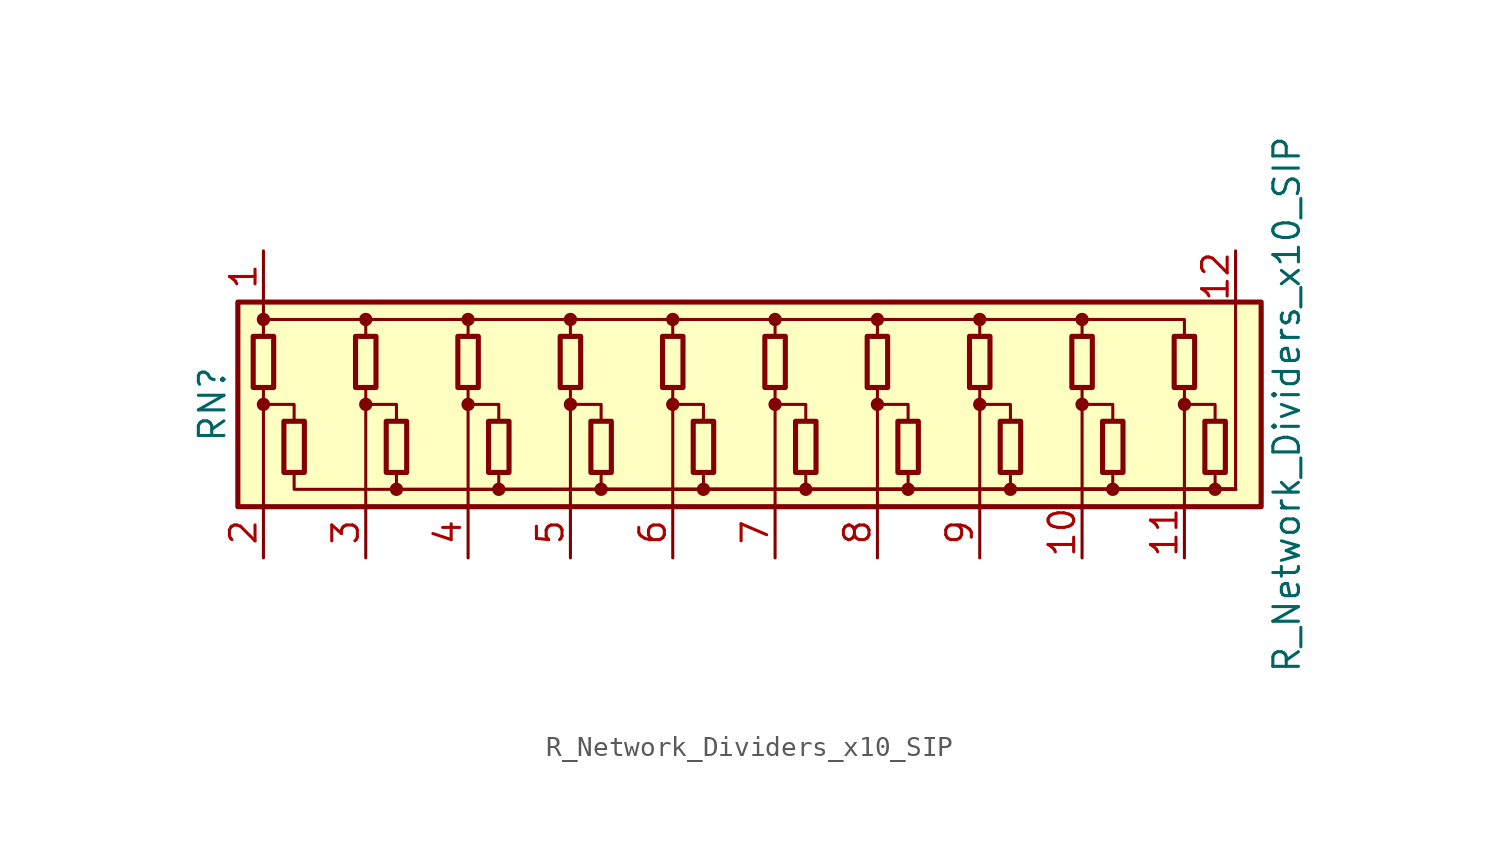
<source format=kicad_sym>
(kicad_symbol_lib
  (version 20241209)
  (generator "kicad_symbol_editor")
  (generator_version "9.0")
  (symbol "R_Network_Dividers_x10_SIP"
    (pin_names
      (offset 0)
      (hide yes))
    (property "Reference" "RN"
      (at -27.94 0 90)
      (effects (font (size 1.27 1.27))))
    (property "Value" "R_Network_Dividers_x10_SIP"
      (at 25.4 0 90)
      (effects (font (size 1.27 1.27))))
    (symbol "R_Network_Dividers_x10_SIP_0_1"
      (rectangle (start -26.67 -5.08) (end 24.13 5.08) (stroke (width 0.254) (type default)) (fill (type background)))
      (rectangle (start -25.908 3.378) (end -24.892 0.838) (stroke (width 0.254) (type default)) (fill (type none)))
      (polyline (pts (xy -25.4 5.08) (xy -25.4 3.378)) (stroke (width 0) (type default)) (fill (type none)))
      (circle (center -25.4 4.216) (radius 0.254) (stroke (width 0) (type default)) (fill (type outline)))
      (polyline (pts (xy -25.4 4.216) (xy -20.32 4.216) (xy -20.32 3.378)) (stroke (width 0) (type default)) (fill (type none)))
      (circle (center -25.4 0) (radius 0.254) (stroke (width 0) (type default)) (fill (type outline)))
      (polyline (pts (xy -25.4 0) (xy -23.876 0) (xy -23.876 -0.838)) (stroke (width 0) (type default)) (fill (type none)))
      (polyline (pts (xy -25.4 -5.08) (xy -25.4 0.838)) (stroke (width 0) (type default)) (fill (type none)))
      (rectangle (start -24.384 -3.378) (end -23.368 -0.838) (stroke (width 0.254) (type default)) (fill (type none)))
      (polyline (pts (xy -23.876 -3.378) (xy -23.876 -4.216) (xy 22.86 -4.216)) (stroke (width 0) (type default)) (fill (type none)))
      (rectangle (start -20.828 3.378) (end -19.812 0.838) (stroke (width 0.254) (type default)) (fill (type none)))
      (circle (center -20.32 4.216) (radius 0.254) (stroke (width 0) (type default)) (fill (type outline)))
      (polyline (pts (xy -20.32 4.216) (xy -15.24 4.216) (xy -15.24 3.378)) (stroke (width 0) (type default)) (fill (type none)))
      (circle (center -20.32 0) (radius 0.254) (stroke (width 0) (type default)) (fill (type outline)))
      (polyline (pts (xy -20.32 0) (xy -18.796 0) (xy -18.796 -0.838)) (stroke (width 0) (type default)) (fill (type none)))
      (polyline (pts (xy -20.32 -5.08) (xy -20.32 0.838)) (stroke (width 0) (type default)) (fill (type none)))
      (rectangle (start -19.304 -3.378) (end -18.288 -0.838) (stroke (width 0.254) (type default)) (fill (type none)))
      (polyline (pts (xy -18.796 -3.378) (xy -18.796 -4.216) (xy 22.86 -4.216)) (stroke (width 0) (type default)) (fill (type none)))
      (circle (center -18.796 -4.216) (radius 0.254) (stroke (width 0) (type default)) (fill (type outline)))
      (rectangle (start -15.748 3.378) (end -14.732 0.838) (stroke (width 0.254) (type default)) (fill (type none)))
      (circle (center -15.24 4.216) (radius 0.254) (stroke (width 0) (type default)) (fill (type outline)))
      (polyline (pts (xy -15.24 4.216) (xy -10.16 4.216) (xy -10.16 3.378)) (stroke (width 0) (type default)) (fill (type none)))
      (circle (center -15.24 0) (radius 0.254) (stroke (width 0) (type default)) (fill (type outline)))
      (polyline (pts (xy -15.24 0) (xy -13.716 0) (xy -13.716 -0.838)) (stroke (width 0) (type default)) (fill (type none)))
      (polyline (pts (xy -15.24 -5.08) (xy -15.24 0.838)) (stroke (width 0) (type default)) (fill (type none)))
      (rectangle (start -14.224 -3.378) (end -13.208 -0.838) (stroke (width 0.254) (type default)) (fill (type none)))
      (polyline (pts (xy -13.716 -3.378) (xy -13.716 -4.216) (xy 22.86 -4.216)) (stroke (width 0) (type default)) (fill (type none)))
      (circle (center -13.716 -4.216) (radius 0.254) (stroke (width 0) (type default)) (fill (type outline)))
      (rectangle (start -10.668 3.378) (end -9.652 0.838) (stroke (width 0.254) (type default)) (fill (type none)))
      (circle (center -10.16 4.216) (radius 0.254) (stroke (width 0) (type default)) (fill (type outline)))
      (polyline (pts (xy -10.16 4.216) (xy -5.08 4.216) (xy -5.08 3.378)) (stroke (width 0) (type default)) (fill (type none)))
      (circle (center -10.16 0) (radius 0.254) (stroke (width 0) (type default)) (fill (type outline)))
      (polyline (pts (xy -10.16 0) (xy -8.636 0) (xy -8.636 -0.838)) (stroke (width 0) (type default)) (fill (type none)))
      (polyline (pts (xy -10.16 -5.08) (xy -10.16 0.838)) (stroke (width 0) (type default)) (fill (type none)))
      (rectangle (start -9.144 -3.378) (end -8.128 -0.838) (stroke (width 0.254) (type default)) (fill (type none)))
      (polyline (pts (xy -8.636 -3.378) (xy -8.636 -4.216) (xy 22.86 -4.216)) (stroke (width 0) (type default)) (fill (type none)))
      (circle (center -8.636 -4.216) (radius 0.254) (stroke (width 0) (type default)) (fill (type outline)))
      (rectangle (start -5.588 3.378) (end -4.572 0.838) (stroke (width 0.254) (type default)) (fill (type none)))
      (circle (center -5.08 4.216) (radius 0.254) (stroke (width 0) (type default)) (fill (type outline)))
      (polyline (pts (xy -5.08 4.216) (xy 0 4.216) (xy 0 3.378)) (stroke (width 0) (type default)) (fill (type none)))
      (circle (center -5.08 0) (radius 0.254) (stroke (width 0) (type default)) (fill (type outline)))
      (polyline (pts (xy -5.08 0) (xy -3.556 0) (xy -3.556 -0.838)) (stroke (width 0) (type default)) (fill (type none)))
      (polyline (pts (xy -5.08 -5.08) (xy -5.08 0.838)) (stroke (width 0) (type default)) (fill (type none)))
      (rectangle (start -4.064 -3.378) (end -3.048 -0.838) (stroke (width 0.254) (type default)) (fill (type none)))
      (polyline (pts (xy -3.556 -3.378) (xy -3.556 -4.216) (xy 22.86 -4.216)) (stroke (width 0) (type default)) (fill (type none)))
      (circle (center -3.556 -4.216) (radius 0.254) (stroke (width 0) (type default)) (fill (type outline)))
      (rectangle (start -0.508 3.378) (end 0.508 0.838) (stroke (width 0.254) (type default)) (fill (type none)))
      (circle (center 0 4.216) (radius 0.254) (stroke (width 0) (type default)) (fill (type outline)))
      (polyline (pts (xy 0 4.216) (xy 5.08 4.216) (xy 5.08 3.378)) (stroke (width 0) (type default)) (fill (type none)))
      (polyline (pts (xy 0 0) (xy 1.524 0) (xy 1.524 -0.838)) (stroke (width 0) (type default)) (fill (type none)))
      (circle (center 0 0) (radius 0.254) (stroke (width 0) (type default)) (fill (type outline)))
      (polyline (pts (xy 0 -5.08) (xy 0 0.838)) (stroke (width 0) (type default)) (fill (type none)))
      (rectangle (start 1.016 -3.378) (end 2.032 -0.838) (stroke (width 0.254) (type default)) (fill (type none)))
      (polyline (pts (xy 1.524 -3.378) (xy 1.524 -4.216) (xy 22.86 -4.216)) (stroke (width 0) (type default)) (fill (type none)))
      (circle (center 1.524 -4.216) (radius 0.254) (stroke (width 0) (type default)) (fill (type outline)))
      (rectangle (start 4.572 3.378) (end 5.588 0.838) (stroke (width 0.254) (type default)) (fill (type none)))
      (polyline (pts (xy 5.08 4.216) (xy 10.16 4.216) (xy 10.16 3.378)) (stroke (width 0) (type default)) (fill (type none)))
      (circle (center 5.08 4.216) (radius 0.254) (stroke (width 0) (type default)) (fill (type outline)))
      (polyline (pts (xy 5.08 0) (xy 6.604 0) (xy 6.604 -0.838)) (stroke (width 0) (type default)) (fill (type none)))
      (circle (center 5.08 0) (radius 0.254) (stroke (width 0) (type default)) (fill (type outline)))
      (polyline (pts (xy 5.08 -5.08) (xy 5.08 0.838)) (stroke (width 0) (type default)) (fill (type none)))
      (rectangle (start 6.096 -3.378) (end 7.112 -0.838) (stroke (width 0.254) (type default)) (fill (type none)))
      (polyline (pts (xy 6.604 -3.378) (xy 6.604 -4.216) (xy 22.86 -4.216)) (stroke (width 0) (type default)) (fill (type none)))
      (circle (center 6.604 -4.216) (radius 0.254) (stroke (width 0) (type default)) (fill (type outline)))
      (rectangle (start 9.652 3.378) (end 10.668 0.838) (stroke (width 0.254) (type default)) (fill (type none)))
      (polyline (pts (xy 10.16 4.216) (xy 15.24 4.216) (xy 15.24 3.378)) (stroke (width 0) (type default)) (fill (type none)))
      (circle (center 10.16 4.216) (radius 0.254) (stroke (width 0) (type default)) (fill (type outline)))
      (polyline (pts (xy 10.16 0) (xy 11.684 0) (xy 11.684 -0.838)) (stroke (width 0) (type default)) (fill (type none)))
      (circle (center 10.16 0) (radius 0.254) (stroke (width 0) (type default)) (fill (type outline)))
      (polyline (pts (xy 10.16 -5.08) (xy 10.16 0.838)) (stroke (width 0) (type default)) (fill (type none)))
      (rectangle (start 11.176 -3.378) (end 12.192 -0.838) (stroke (width 0.254) (type default)) (fill (type none)))
      (polyline (pts (xy 11.684 -3.378) (xy 11.684 -4.216) (xy 22.86 -4.216)) (stroke (width 0) (type default)) (fill (type none)))
      (circle (center 11.684 -4.216) (radius 0.254) (stroke (width 0) (type default)) (fill (type outline)))
      (rectangle (start 14.732 3.378) (end 15.748 0.838) (stroke (width 0.254) (type default)) (fill (type none)))
      (polyline (pts (xy 15.24 4.216) (xy 20.32 4.216) (xy 20.32 3.378)) (stroke (width 0) (type default)) (fill (type none)))
      (circle (center 15.24 4.216) (radius 0.254) (stroke (width 0) (type default)) (fill (type outline)))
      (polyline (pts (xy 15.24 0) (xy 16.764 0) (xy 16.764 -0.838)) (stroke (width 0) (type default)) (fill (type none)))
      (circle (center 15.24 0) (radius 0.254) (stroke (width 0) (type default)) (fill (type outline)))
      (polyline (pts (xy 15.24 -5.08) (xy 15.24 0.838)) (stroke (width 0) (type default)) (fill (type none)))
      (rectangle (start 16.256 -3.378) (end 17.272 -0.838) (stroke (width 0.254) (type default)) (fill (type none)))
      (polyline (pts (xy 16.764 -3.378) (xy 16.764 -4.216) (xy 22.86 -4.216)) (stroke (width 0) (type default)) (fill (type none)))
      (circle (center 16.764 -4.216) (radius 0.254) (stroke (width 0) (type default)) (fill (type outline)))
      (rectangle (start 19.812 3.378) (end 20.828 0.838) (stroke (width 0.254) (type default)) (fill (type none)))
      (polyline (pts (xy 20.32 0) (xy 21.844 0) (xy 21.844 -0.838)) (stroke (width 0) (type default)) (fill (type none)))
      (circle (center 20.32 0) (radius 0.254) (stroke (width 0) (type default)) (fill (type outline)))
      (polyline (pts (xy 20.32 -5.08) (xy 20.32 0.838)) (stroke (width 0) (type default)) (fill (type none)))
      (rectangle (start 21.336 -3.378) (end 22.352 -0.838) (stroke (width 0.254) (type default)) (fill (type none)))
      (polyline (pts (xy 21.844 -3.378) (xy 21.844 -4.216) (xy 22.86 -4.216)) (stroke (width 0) (type default)) (fill (type none)))
      (circle (center 21.844 -4.216) (radius 0.254) (stroke (width 0) (type default)) (fill (type outline)))
      (polyline (pts (xy 22.86 -4.216) (xy 22.86 5.08)) (stroke (width 0) (type default)) (fill (type none))))
    (symbol "R_Network_Dividers_x10_SIP_1_1"
      (pin passive line (at -25.4 7.62 270) (length 2.54) (name "COM1" (effects (font (size 1.27 1.27)))) (number "1" (effects (font (size 1.27 1.27)))))
      (pin passive line (at -25.4 -7.62 90) (length 2.54) (name "R1" (effects (font (size 1.27 1.27)))) (number "2" (effects (font (size 1.27 1.27)))))
      (pin passive line (at -20.32 -7.62 90) (length 2.54) (name "R2" (effects (font (size 1.27 1.27)))) (number "3" (effects (font (size 1.27 1.27)))))
      (pin passive line (at -15.24 -7.62 90) (length 2.54) (name "R3" (effects (font (size 1.27 1.27)))) (number "4" (effects (font (size 1.27 1.27)))))
      (pin passive line (at -10.16 -7.62 90) (length 2.54) (name "R4" (effects (font (size 1.27 1.27)))) (number "5" (effects (font (size 1.27 1.27)))))
      (pin passive line (at -5.08 -7.62 90) (length 2.54) (name "R5" (effects (font (size 1.27 1.27)))) (number "6" (effects (font (size 1.27 1.27)))))
      (pin passive line (at 0 -7.62 90) (length 2.54) (name "R6" (effects (font (size 1.27 1.27)))) (number "7" (effects (font (size 1.27 1.27)))))
      (pin passive line (at 5.08 -7.62 90) (length 2.54) (name "R7" (effects (font (size 1.27 1.27)))) (number "8" (effects (font (size 1.27 1.27)))))
      (pin passive line (at 10.16 -7.62 90) (length 2.54) (name "R8" (effects (font (size 1.27 1.27)))) (number "9" (effects (font (size 1.27 1.27)))))
      (pin passive line (at 15.24 -7.62 90) (length 2.54) (name "R9" (effects (font (size 1.27 1.27)))) (number "10" (effects (font (size 1.27 1.27)))))
      (pin passive line (at 20.32 -7.62 90) (length 2.54) (name "R10" (effects (font (size 1.27 1.27)))) (number "11" (effects (font (size 1.27 1.27)))))
      (pin passive line (at 22.86 7.62 270) (length 2.54) (name "COM2" (effects (font (size 1.27 1.27)))) (number "12" (effects (font (size 1.27 1.27))))))))
</source>
